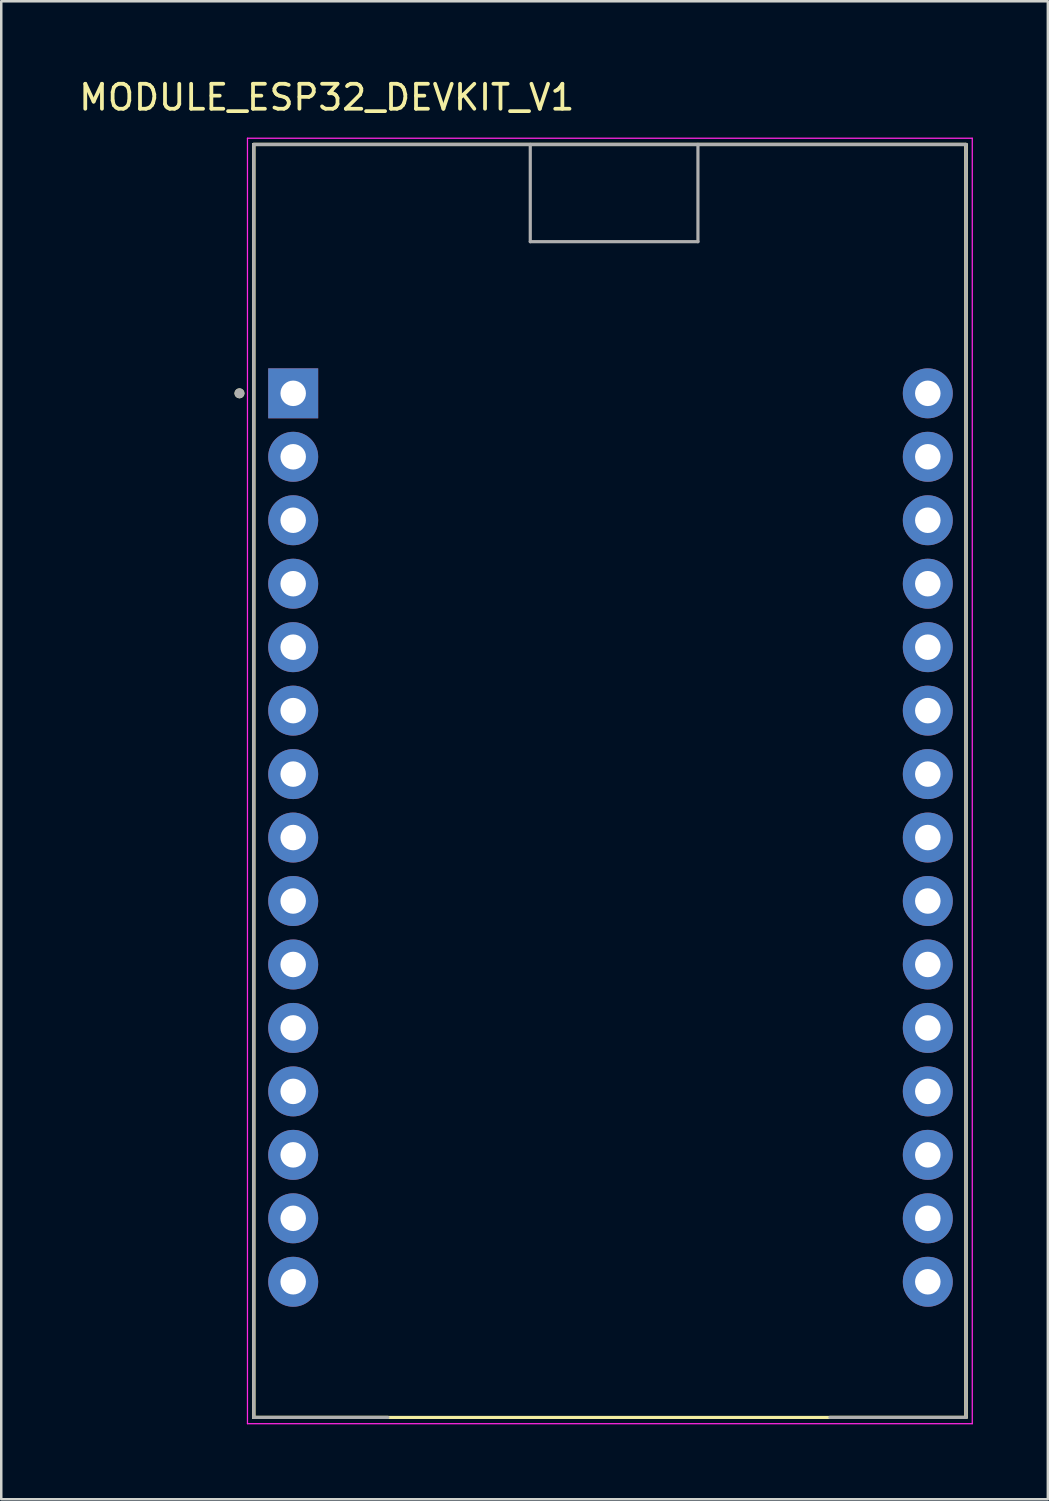
<source format=kicad_pcb>
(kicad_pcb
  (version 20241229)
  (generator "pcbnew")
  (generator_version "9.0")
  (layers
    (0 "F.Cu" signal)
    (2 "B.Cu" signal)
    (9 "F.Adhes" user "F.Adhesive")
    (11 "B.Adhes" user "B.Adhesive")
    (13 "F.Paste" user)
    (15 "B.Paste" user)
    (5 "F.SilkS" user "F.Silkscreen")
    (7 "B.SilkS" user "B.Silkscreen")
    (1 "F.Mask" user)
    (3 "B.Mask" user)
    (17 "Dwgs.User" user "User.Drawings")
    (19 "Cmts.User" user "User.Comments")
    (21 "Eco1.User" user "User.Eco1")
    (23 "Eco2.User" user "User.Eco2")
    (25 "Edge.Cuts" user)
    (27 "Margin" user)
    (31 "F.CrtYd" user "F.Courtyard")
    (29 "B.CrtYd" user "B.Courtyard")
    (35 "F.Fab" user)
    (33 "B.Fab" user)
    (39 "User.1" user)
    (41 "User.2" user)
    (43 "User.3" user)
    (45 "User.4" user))
  (footprint "MODULE_ESP32_DEVKIT_V1"
    (layer "F.Cu")
    (at 21.385 28.208)
    (property "Reference" "MODULE_ESP32_DEVKIT_V1" (at -11.355 -27.36 0) (layer "F.SilkS") (effects (font (size 1 1) (thickness 0.15))))
    (attr through_hole)
    (fp_line (start -14.28 -25.475) (end -3.211 -25.475) (stroke (width 0.127) (type solid)) (layer "F.SilkS"))
    (fp_line (start -14.28 -25.475) (end 14.23 -25.475) (stroke (width 0.127) (type solid)) (layer "F.SilkS"))
    (fp_line (start -14.28 25.475) (end -14.28 -25.475) (stroke (width 0.127) (type solid)) (layer "F.SilkS"))
    (fp_line (start -14.28 25.475) (end -14.28 -25.475) (stroke (width 0.127) (type solid)) (layer "F.SilkS"))
    (fp_line (start -14.28 25.475) (end -8.91 25.475) (stroke (width 0.127) (type solid)) (layer "F.SilkS"))
    (fp_line (start -3.211 -25.475) (end 3.5 -25.475) (stroke (width 0.127) (type solid)) (layer "F.SilkS"))
    (fp_line (start 3.5 -25.475) (end 14.23 -25.475) (stroke (width 0.127) (type solid)) (layer "F.SilkS"))
    (fp_line (start 8.78 25.475) (end 14.23 25.475) (stroke (width 0.127) (type solid)) (layer "F.SilkS"))
    (fp_line (start 14.23 -25.475) (end 14.23 25.475) (stroke (width 0.127) (type solid)) (layer "F.SilkS"))
    (fp_line (start 14.23 -25.475) (end 14.23 25.475) (stroke (width 0.127) (type solid)) (layer "F.SilkS"))
    (fp_line (start 14.23 25.475) (end -14.28 25.475) (stroke (width 0.127) (type solid)) (layer "F.SilkS"))
    (fp_circle (center -14.85 -15.515) (end -14.75 -15.515) (stroke (width 0.2) (type solid)) (fill no) (layer "F.SilkS"))
    (fp_line (start -14.53 -25.725) (end -14.53 25.725) (stroke (width 0.05) (type solid)) (layer "F.CrtYd"))
    (fp_line (start -14.53 25.725) (end 14.48 25.725) (stroke (width 0.05) (type solid)) (layer "F.CrtYd"))
    (fp_line (start 14.48 -25.725) (end -14.53 -25.725) (stroke (width 0.05) (type solid)) (layer "F.CrtYd"))
    (fp_line (start 14.48 25.725) (end 14.48 -25.725) (stroke (width 0.05) (type solid)) (layer "F.CrtYd"))
    (fp_line (start -14.28 -25.475) (end -3.211 -25.475) (stroke (width 0.127) (type solid)) (layer "F.Fab"))
    (fp_line (start -14.28 25.475) (end -14.28 -25.475) (stroke (width 0.127) (type solid)) (layer "F.Fab"))
    (fp_line (start -14.28 25.475) (end -8.91 25.475) (stroke (width 0.127) (type solid)) (layer "F.Fab"))
    (fp_line (start -3.211 -25.475) (end 3.5 -25.475) (stroke (width 0.127) (type solid)) (layer "F.Fab"))
    (fp_line (start -3.211 -21.585) (end -3.211 -25.475) (stroke (width 0.127) (type solid)) (layer "F.Fab"))
    (fp_line (start 3.5 -25.475) (end 3.5 -21.585) (stroke (width 0.127) (type solid)) (layer "F.Fab"))
    (fp_line (start 3.5 -25.475) (end 14.23 -25.475) (stroke (width 0.127) (type solid)) (layer "F.Fab"))
    (fp_line (start 3.5 -21.585) (end -3.211 -21.585) (stroke (width 0.127) (type solid)) (layer "F.Fab"))
    (fp_line (start 8.78 25.475) (end 14.23 25.475) (stroke (width 0.127) (type solid)) (layer "F.Fab"))
    (fp_line (start 14.23 -25.475) (end 14.23 25.475) (stroke (width 0.127) (type solid)) (layer "F.Fab"))
    (fp_circle (center -14.85 -15.515) (end -14.75 -15.515) (stroke (width 0.2) (type solid)) (fill no) (layer "F.Fab"))
    (pad "1" thru_hole rect (at -12.7 -15.515) (size 2 2) (drill 1.02) (layers "*.Cu" "*.Mask"))
    (pad "2" thru_hole circle (at -12.7 -12.975) (size 2 2) (drill 1.02) (layers "*.Cu" "*.Mask"))
    (pad "3" thru_hole circle (at -12.7 -10.435) (size 2 2) (drill 1.02) (layers "*.Cu" "*.Mask"))
    (pad "4" thru_hole circle (at -12.7 -7.895) (size 2 2) (drill 1.02) (layers "*.Cu" "*.Mask"))
    (pad "5" thru_hole circle (at -12.7 -5.355) (size 2 2) (drill 1.02) (layers "*.Cu" "*.Mask"))
    (pad "6" thru_hole circle (at -12.7 -2.815) (size 2 2) (drill 1.02) (layers "*.Cu" "*.Mask"))
    (pad "7" thru_hole circle (at -12.7 -0.275) (size 2 2) (drill 1.02) (layers "*.Cu" "*.Mask"))
    (pad "8" thru_hole circle (at -12.7 2.265) (size 2 2) (drill 1.02) (layers "*.Cu" "*.Mask"))
    (pad "9" thru_hole circle (at -12.7 4.805) (size 2 2) (drill 1.02) (layers "*.Cu" "*.Mask"))
    (pad "10" thru_hole circle (at -12.7 7.345) (size 2 2) (drill 1.02) (layers "*.Cu" "*.Mask"))
    (pad "11" thru_hole circle (at -12.7 9.885) (size 2 2) (drill 1.02) (layers "*.Cu" "*.Mask"))
    (pad "12" thru_hole circle (at -12.7 12.425) (size 2 2) (drill 1.02) (layers "*.Cu" "*.Mask"))
    (pad "13" thru_hole circle (at -12.7 14.965) (size 2 2) (drill 1.02) (layers "*.Cu" "*.Mask"))
    (pad "14" thru_hole circle (at -12.7 17.505) (size 2 2) (drill 1.02) (layers "*.Cu" "*.Mask"))
    (pad "15" thru_hole circle (at -12.7 20.045) (size 2 2) (drill 1.02) (layers "*.Cu" "*.Mask"))
    (pad "16" thru_hole circle (at 12.7 20.045) (size 2 2) (drill 1.02) (layers "*.Cu" "*.Mask"))
    (pad "17" thru_hole circle (at 12.7 17.505) (size 2 2) (drill 1.02) (layers "*.Cu" "*.Mask"))
    (pad "18" thru_hole circle (at 12.7 14.965) (size 2 2) (drill 1.02) (layers "*.Cu" "*.Mask"))
    (pad "19" thru_hole circle (at 12.7 12.425) (size 2 2) (drill 1.02) (layers "*.Cu" "*.Mask"))
    (pad "20" thru_hole circle (at 12.7 9.885) (size 2 2) (drill 1.02) (layers "*.Cu" "*.Mask"))
    (pad "21" thru_hole circle (at 12.7 7.345) (size 2 2) (drill 1.02) (layers "*.Cu" "*.Mask"))
    (pad "22" thru_hole circle (at 12.7 4.805) (size 2 2) (drill 1.02) (layers "*.Cu" "*.Mask"))
    (pad "23" thru_hole circle (at 12.7 2.265) (size 2 2) (drill 1.02) (layers "*.Cu" "*.Mask"))
    (pad "24" thru_hole circle (at 12.7 -0.275) (size 2 2) (drill 1.02) (layers "*.Cu" "*.Mask"))
    (pad "25" thru_hole circle (at 12.7 -2.815) (size 2 2) (drill 1.02) (layers "*.Cu" "*.Mask"))
    (pad "26" thru_hole circle (at 12.7 -5.355) (size 2 2) (drill 1.02) (layers "*.Cu" "*.Mask"))
    (pad "27" thru_hole circle (at 12.7 -7.895) (size 2 2) (drill 1.02) (layers "*.Cu" "*.Mask"))
    (pad "28" thru_hole circle (at 12.7 -10.435) (size 2 2) (drill 1.02) (layers "*.Cu" "*.Mask"))
    (pad "29" thru_hole circle (at 12.7 -12.975) (size 2 2) (drill 1.02) (layers "*.Cu" "*.Mask"))
    (pad "30" thru_hole circle (at 12.7 -15.515) (size 2 2) (drill 1.02) (layers "*.Cu" "*.Mask")))
  (gr_rect
    (start -3 -3)
    (end 38.89 56.958)
    (stroke (width 0.1) (type default))
    (fill no)
    (layer "Edge.Cuts")))
</source>
